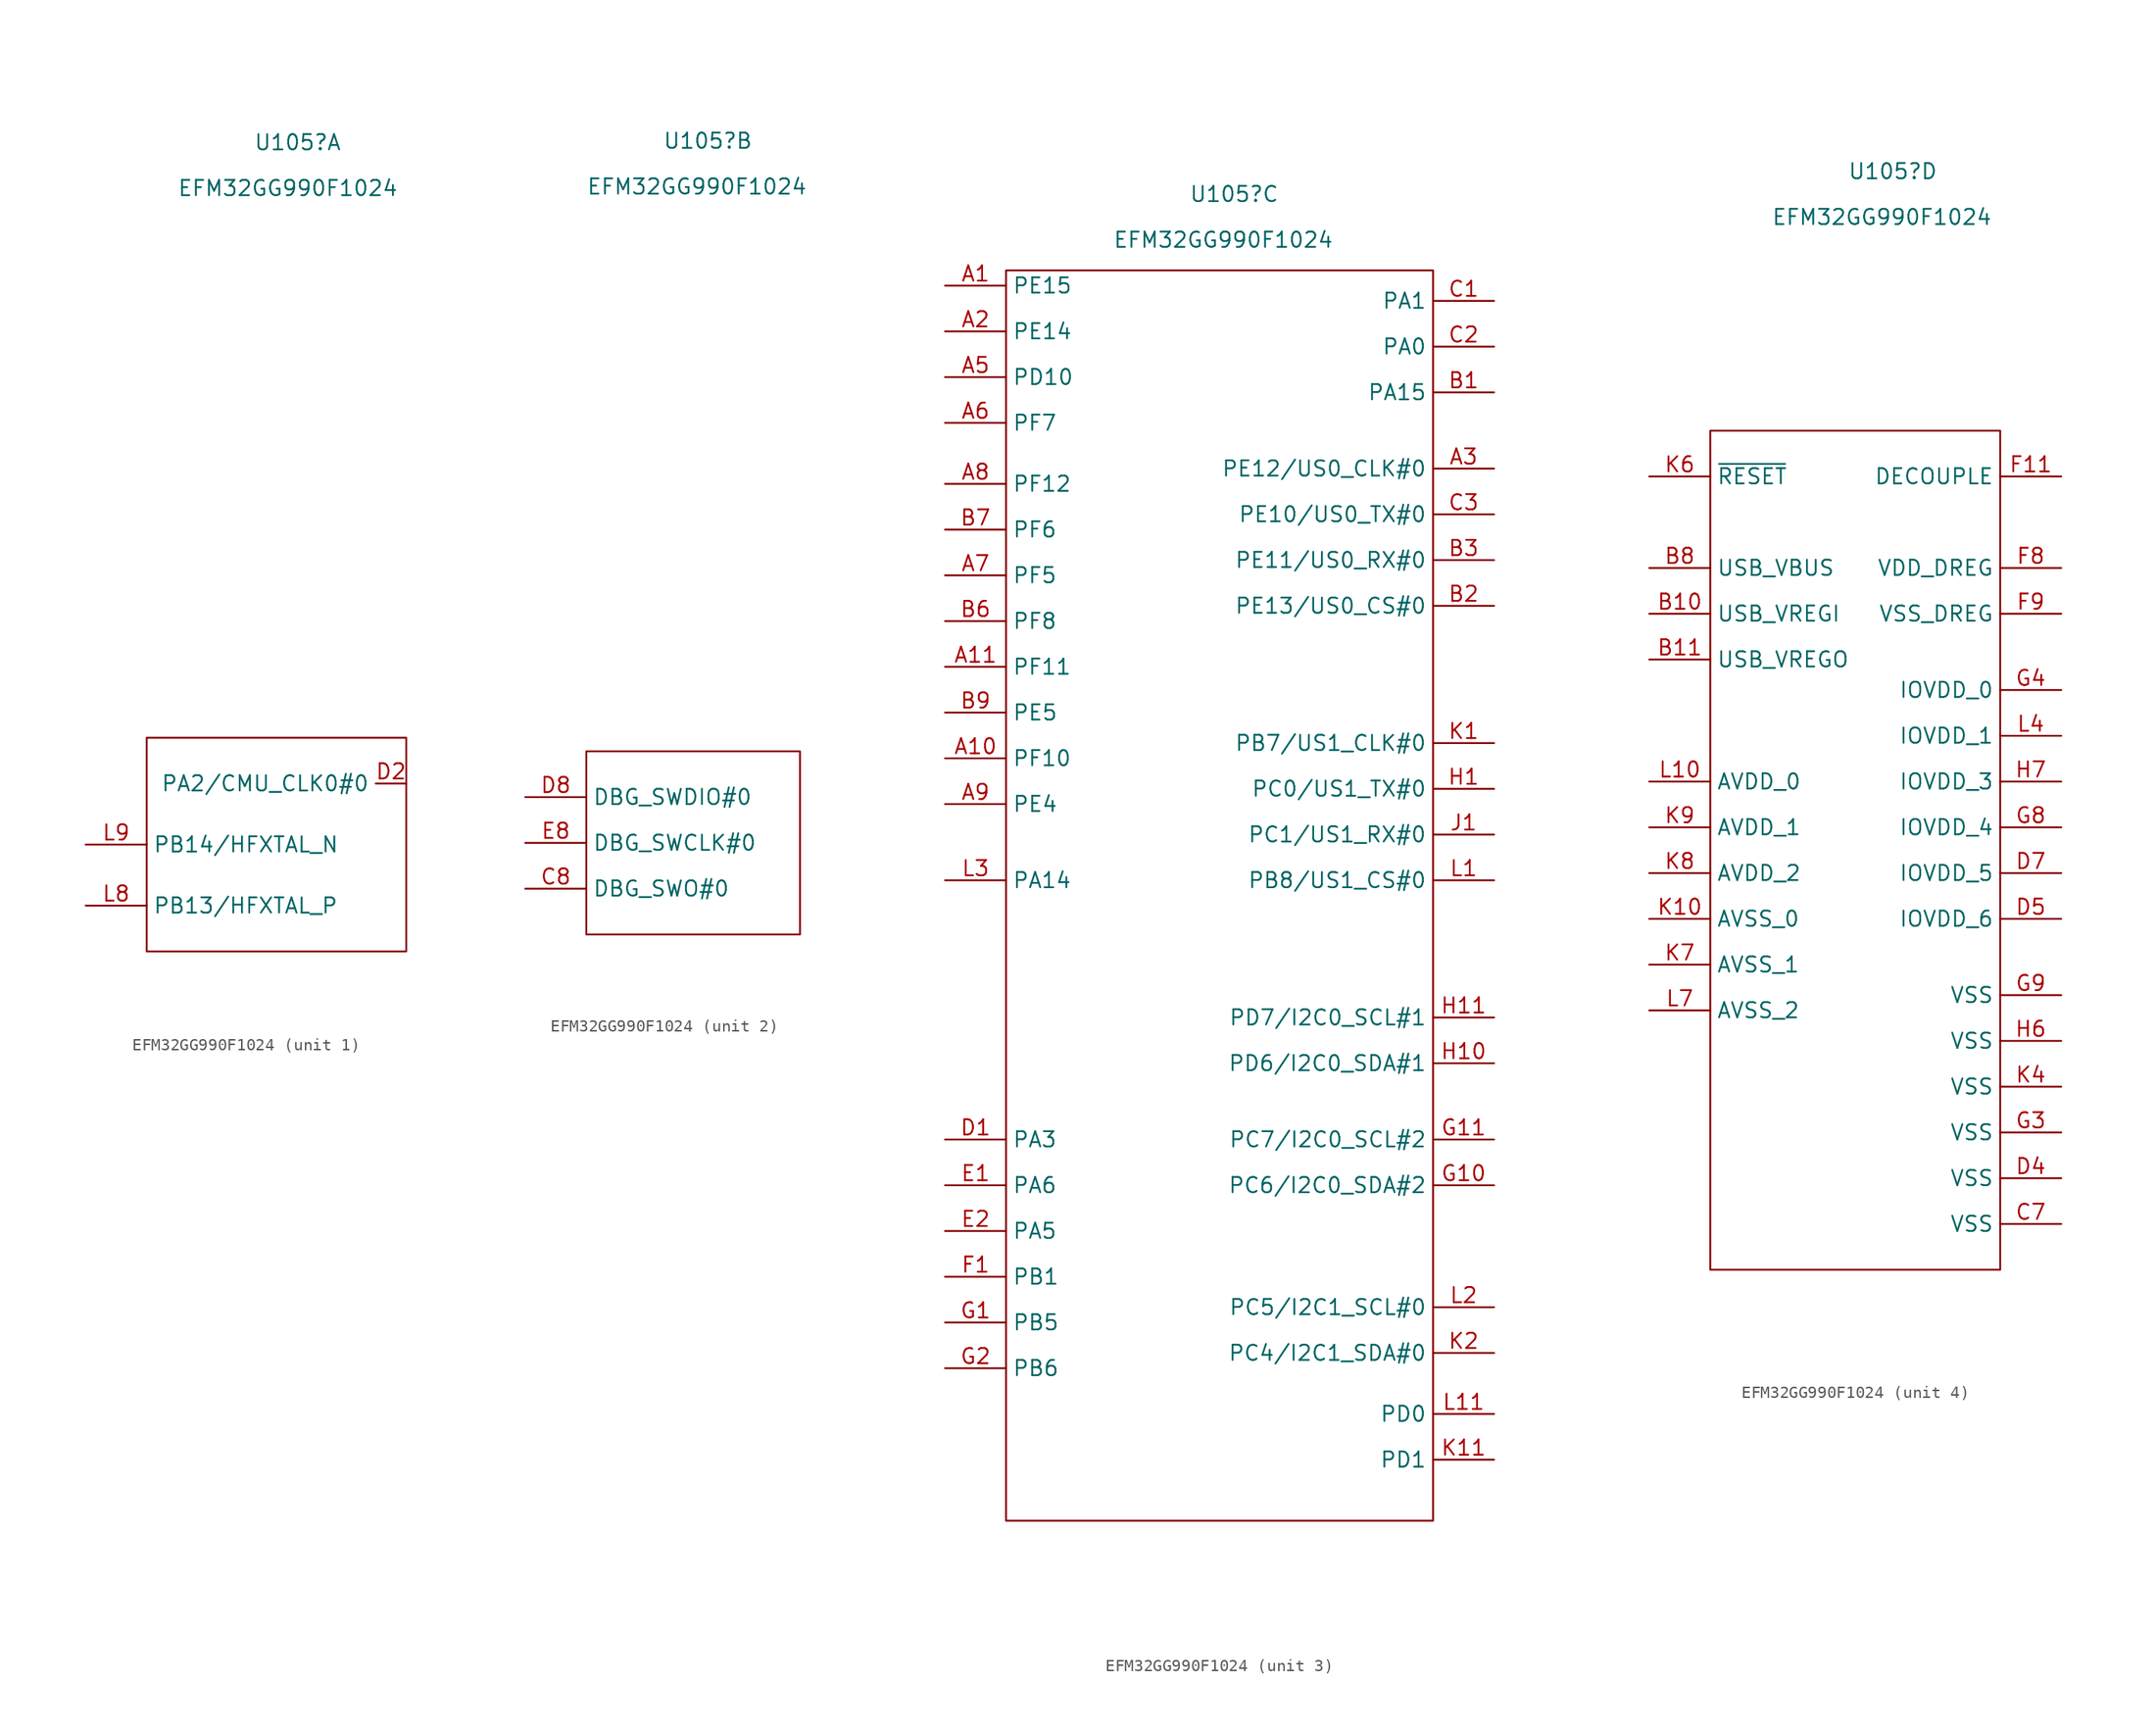
<source format=kicad_sym>
(kicad_symbol_lib
  (version 20211014)
  (generator kicad_symbol_editor)
  (symbol "EFM32GG990F1024"
    (property "Reference" "U105"
      (at -2.54 58.42 0)
      (effects (font (size 1.27 1.27)) (justify left)))
    (property "Value" "EFM32GG990F1024"
      (at -8.89 54.61 0)
      (effects (font (size 1.27 1.27)) (justify left)))
    (property "ki_locked" ""
      (at 0 0 0)
      (effects (font (size 1.27 1.27))))
    (symbol "EFM32GG990F1024_1_1"
      (rectangle (start -11.43 8.89) (end 10.16 -8.89) (stroke (width 0) (type default) (color 0 0 0 0)) (fill (type none)))
      (pin output line (at 10.16 5.08 180) (length 2.54) (name "PA2/CMU_CLK0#0" (effects (font (size 1.27 1.27)))) (number "D2" (effects (font (size 1.27 1.27)))))
      (pin input line (at -16.51 -5.08 0) (length 5.08) (name "PB13/HFXTAL_P" (effects (font (size 1.27 1.27)))) (number "L8" (effects (font (size 1.27 1.27)))))
      (pin input line (at -16.51 0 0) (length 5.08) (name "PB14/HFXTAL_N" (effects (font (size 1.27 1.27)))) (number "L9" (effects (font (size 1.27 1.27))))))
    (symbol "EFM32GG990F1024_2_1"
      (rectangle (start -8.89 7.62) (end 8.89 -7.62) (stroke (width 0) (type default) (color 0 0 0 0)) (fill (type none)))
      (pin bidirectional line (at -13.97 -3.81 0) (length 5.08) (name "DBG_SWO#0" (effects (font (size 1.27 1.27)))) (number "C8" (effects (font (size 1.27 1.27)))))
      (pin bidirectional line (at -13.97 3.81 0) (length 5.08) (name "DBG_SWDIO#0" (effects (font (size 1.27 1.27)))) (number "D8" (effects (font (size 1.27 1.27)))))
      (pin input line (at -13.97 0 0) (length 5.08) (name "DBG_SWCLK#0" (effects (font (size 1.27 1.27)))) (number "E8" (effects (font (size 1.27 1.27))))))
    (symbol "EFM32GG990F1024_3_1"
      (rectangle (start -17.78 52.07) (end 17.78 -52.07) (stroke (width 0) (type default) (color 0 0 0 0)) (fill (type none)))
      (pin bidirectional line (at -22.86 50.8 0) (length 5.08) (name "PE15" (effects (font (size 1.27 1.27)))) (number "A1" (effects (font (size 1.27 1.27)))))
      (pin input line (at -22.86 11.43 0) (length 5.08) (name "PF10" (effects (font (size 1.27 1.27)))) (number "A10" (effects (font (size 1.27 1.27)))))
      (pin input line (at -22.86 19.05 0) (length 5.08) (name "PF11" (effects (font (size 1.27 1.27)))) (number "A11" (effects (font (size 1.27 1.27)))))
      (pin bidirectional line (at -22.86 46.99 0) (length 5.08) (name "PE14" (effects (font (size 1.27 1.27)))) (number "A2" (effects (font (size 1.27 1.27)))))
      (pin output line (at 22.86 35.56 180) (length 5.08) (name "PE12/US0_CLK#0" (effects (font (size 1.27 1.27)))) (number "A3" (effects (font (size 1.27 1.27)))))
      (pin bidirectional line (at -22.86 43.18 0) (length 5.08) (name "PD10" (effects (font (size 1.27 1.27)))) (number "A5" (effects (font (size 1.27 1.27)))))
      (pin bidirectional line (at -22.86 39.37 0) (length 5.08) (name "PF7" (effects (font (size 1.27 1.27)))) (number "A6" (effects (font (size 1.27 1.27)))))
      (pin output line (at -22.86 26.67 0) (length 5.08) (name "PF5" (effects (font (size 1.27 1.27)))) (number "A7" (effects (font (size 1.27 1.27)))))
      (pin output line (at -22.86 34.29 0) (length 5.08) (name "PF12" (effects (font (size 1.27 1.27)))) (number "A8" (effects (font (size 1.27 1.27)))))
      (pin input line (at -22.86 7.62 0) (length 5.08) (name "PE4" (effects (font (size 1.27 1.27)))) (number "A9" (effects (font (size 1.27 1.27)))))
      (pin bidirectional line (at 22.86 41.91 180) (length 5.08) (name "PA15" (effects (font (size 1.27 1.27)))) (number "B1" (effects (font (size 1.27 1.27)))))
      (pin output line (at 22.86 24.13 180) (length 5.08) (name "PE13/US0_CS#0" (effects (font (size 1.27 1.27)))) (number "B2" (effects (font (size 1.27 1.27)))))
      (pin input line (at 22.86 27.94 180) (length 5.08) (name "PE11/US0_RX#0" (effects (font (size 1.27 1.27)))) (number "B3" (effects (font (size 1.27 1.27)))))
      (pin output line (at -22.86 22.86 0) (length 5.08) (name "PF8" (effects (font (size 1.27 1.27)))) (number "B6" (effects (font (size 1.27 1.27)))))
      (pin output line (at -22.86 30.48 0) (length 5.08) (name "PF6" (effects (font (size 1.27 1.27)))) (number "B7" (effects (font (size 1.27 1.27)))))
      (pin input line (at -22.86 15.24 0) (length 5.08) (name "PE5" (effects (font (size 1.27 1.27)))) (number "B9" (effects (font (size 1.27 1.27)))))
      (pin bidirectional line (at 22.86 49.53 180) (length 5.08) (name "PA1" (effects (font (size 1.27 1.27)))) (number "C1" (effects (font (size 1.27 1.27)))))
      (pin bidirectional line (at 22.86 45.72 180) (length 5.08) (name "PA0" (effects (font (size 1.27 1.27)))) (number "C2" (effects (font (size 1.27 1.27)))))
      (pin output line (at 22.86 31.75 180) (length 5.08) (name "PE10/US0_TX#0" (effects (font (size 1.27 1.27)))) (number "C3" (effects (font (size 1.27 1.27)))))
      (pin bidirectional line (at -22.86 -20.32 0) (length 5.08) (name "PA3" (effects (font (size 1.27 1.27)))) (number "D1" (effects (font (size 1.27 1.27)))))
      (pin bidirectional line (at -22.86 -24.13 0) (length 5.08) (name "PA6" (effects (font (size 1.27 1.27)))) (number "E1" (effects (font (size 1.27 1.27)))))
      (pin bidirectional line (at -22.86 -27.94 0) (length 5.08) (name "PA5" (effects (font (size 1.27 1.27)))) (number "E2" (effects (font (size 1.27 1.27)))))
      (pin bidirectional line (at -22.86 -31.75 0) (length 5.08) (name "PB1" (effects (font (size 1.27 1.27)))) (number "F1" (effects (font (size 1.27 1.27)))))
      (pin output line (at -22.86 -35.56 0) (length 5.08) (name "PB5" (effects (font (size 1.27 1.27)))) (number "G1" (effects (font (size 1.27 1.27)))))
      (pin open_collector line (at 22.86 -24.13 180) (length 5.08) (name "PC6/I2C0_SDA#2" (effects (font (size 1.27 1.27)))) (number "G10" (effects (font (size 1.27 1.27)))))
      (pin open_collector line (at 22.86 -20.32 180) (length 5.08) (name "PC7/I2C0_SCL#2" (effects (font (size 1.27 1.27)))) (number "G11" (effects (font (size 1.27 1.27)))))
      (pin output line (at -22.86 -39.37 0) (length 5.08) (name "PB6" (effects (font (size 1.27 1.27)))) (number "G2" (effects (font (size 1.27 1.27)))))
      (pin output line (at 22.86 8.89 180) (length 5.08) (name "PC0/US1_TX#0" (effects (font (size 1.27 1.27)))) (number "H1" (effects (font (size 1.27 1.27)))))
      (pin open_collector line (at 22.86 -13.97 180) (length 5.08) (name "PD6/I2C0_SDA#1" (effects (font (size 1.27 1.27)))) (number "H10" (effects (font (size 1.27 1.27)))))
      (pin open_collector line (at 22.86 -10.16 180) (length 5.08) (name "PD7/I2C0_SCL#1" (effects (font (size 1.27 1.27)))) (number "H11" (effects (font (size 1.27 1.27)))))
      (pin input line (at 22.86 5.08 180) (length 5.08) (name "PC1/US1_RX#0" (effects (font (size 1.27 1.27)))) (number "J1" (effects (font (size 1.27 1.27)))))
      (pin output line (at 22.86 12.7 180) (length 5.08) (name "PB7/US1_CLK#0" (effects (font (size 1.27 1.27)))) (number "K1" (effects (font (size 1.27 1.27)))))
      (pin bidirectional line (at 22.86 -46.99 180) (length 5.08) (name "PD1" (effects (font (size 1.27 1.27)))) (number "K11" (effects (font (size 1.27 1.27)))))
      (pin open_collector line (at 22.86 -38.1 180) (length 5.08) (name "PC4/I2C1_SDA#0" (effects (font (size 1.27 1.27)))) (number "K2" (effects (font (size 1.27 1.27)))))
      (pin output line (at 22.86 1.27 180) (length 5.08) (name "PB8/US1_CS#0" (effects (font (size 1.27 1.27)))) (number "L1" (effects (font (size 1.27 1.27)))))
      (pin bidirectional line (at 22.86 -43.18 180) (length 5.08) (name "PD0" (effects (font (size 1.27 1.27)))) (number "L11" (effects (font (size 1.27 1.27)))))
      (pin open_collector line (at 22.86 -34.29 180) (length 5.08) (name "PC5/I2C1_SCL#0" (effects (font (size 1.27 1.27)))) (number "L2" (effects (font (size 1.27 1.27)))))
      (pin output line (at -22.86 1.27 0) (length 5.08) (name "PA14" (effects (font (size 1.27 1.27)))) (number "L3" (effects (font (size 1.27 1.27))))))
    (symbol "EFM32GG990F1024_4_1"
      (rectangle (start -13.97 36.83) (end 10.16 -33.02) (stroke (width 0) (type default) (color 0 0 0 0)) (fill (type none)))
      (pin input line (at -19.05 21.59 0) (length 5.08) (name "USB_VREGI" (effects (font (size 1.27 1.27)))) (number "B10" (effects (font (size 1.27 1.27)))))
      (pin output line (at -19.05 17.78 0) (length 5.08) (name "USB_VREGO" (effects (font (size 1.27 1.27)))) (number "B11" (effects (font (size 1.27 1.27)))))
      (pin input line (at -19.05 25.4 0) (length 5.08) (name "USB_VBUS" (effects (font (size 1.27 1.27)))) (number "B8" (effects (font (size 1.27 1.27)))))
      (pin power_in line (at 15.24 -29.21 180) (length 5.08) (name "VSS" (effects (font (size 1.27 1.27)))) (number "C7" (effects (font (size 1.27 1.27)))))
      (pin power_in line (at 15.24 -25.4 180) (length 5.08) (name "VSS" (effects (font (size 1.27 1.27)))) (number "D4" (effects (font (size 1.27 1.27)))))
      (pin power_in line (at 15.24 -3.81 180) (length 5.08) (name "IOVDD_6" (effects (font (size 1.27 1.27)))) (number "D5" (effects (font (size 1.27 1.27)))))
      (pin power_in line (at 15.24 0 180) (length 5.08) (name "IOVDD_5" (effects (font (size 1.27 1.27)))) (number "D7" (effects (font (size 1.27 1.27)))))
      (pin input line (at 15.24 33.02 180) (length 5.08) (name "DECOUPLE" (effects (font (size 1.27 1.27)))) (number "F11" (effects (font (size 1.27 1.27)))))
      (pin power_in line (at 15.24 25.4 180) (length 5.08) (name "VDD_DREG" (effects (font (size 1.27 1.27)))) (number "F8" (effects (font (size 1.27 1.27)))))
      (pin power_in line (at 15.24 21.59 180) (length 5.08) (name "VSS_DREG" (effects (font (size 1.27 1.27)))) (number "F9" (effects (font (size 1.27 1.27)))))
      (pin power_in line (at 15.24 -21.59 180) (length 5.08) (name "VSS" (effects (font (size 1.27 1.27)))) (number "G3" (effects (font (size 1.27 1.27)))))
      (pin power_in line (at 15.24 15.24 180) (length 5.08) (name "IOVDD_0" (effects (font (size 1.27 1.27)))) (number "G4" (effects (font (size 1.27 1.27)))))
      (pin power_in line (at 15.24 3.81 180) (length 5.08) (name "IOVDD_4" (effects (font (size 1.27 1.27)))) (number "G8" (effects (font (size 1.27 1.27)))))
      (pin power_in line (at 15.24 -10.16 180) (length 5.08) (name "VSS" (effects (font (size 1.27 1.27)))) (number "G9" (effects (font (size 1.27 1.27)))))
      (pin power_in line (at 15.24 -13.97 180) (length 5.08) (name "VSS" (effects (font (size 1.27 1.27)))) (number "H6" (effects (font (size 1.27 1.27)))))
      (pin power_in line (at 15.24 7.62 180) (length 5.08) (name "IOVDD_3" (effects (font (size 1.27 1.27)))) (number "H7" (effects (font (size 1.27 1.27)))))
      (pin power_in line (at -19.05 -3.81 0) (length 5.08) (name "AVSS_0" (effects (font (size 1.27 1.27)))) (number "K10" (effects (font (size 1.27 1.27)))))
      (pin power_in line (at 15.24 -17.78 180) (length 5.08) (name "VSS" (effects (font (size 1.27 1.27)))) (number "K4" (effects (font (size 1.27 1.27)))))
      (pin input line (at -19.05 33.02 0) (length 5.08) (name "~{RESET}" (effects (font (size 1.27 1.27)))) (number "K6" (effects (font (size 1.27 1.27)))))
      (pin power_in line (at -19.05 -7.62 0) (length 5.08) (name "AVSS_1" (effects (font (size 1.27 1.27)))) (number "K7" (effects (font (size 1.27 1.27)))))
      (pin power_in line (at -19.05 0 0) (length 5.08) (name "AVDD_2" (effects (font (size 1.27 1.27)))) (number "K8" (effects (font (size 1.27 1.27)))))
      (pin power_in line (at -19.05 3.81 0) (length 5.08) (name "AVDD_1" (effects (font (size 1.27 1.27)))) (number "K9" (effects (font (size 1.27 1.27)))))
      (pin power_in line (at -19.05 7.62 0) (length 5.08) (name "AVDD_0" (effects (font (size 1.27 1.27)))) (number "L10" (effects (font (size 1.27 1.27)))))
      (pin power_in line (at 15.24 11.43 180) (length 5.08) (name "IOVDD_1" (effects (font (size 1.27 1.27)))) (number "L4" (effects (font (size 1.27 1.27)))))
      (pin power_in line (at -19.05 -11.43 0) (length 5.08) (name "AVSS_2" (effects (font (size 1.27 1.27)))) (number "L7" (effects (font (size 1.27 1.27))))))))
</source>
